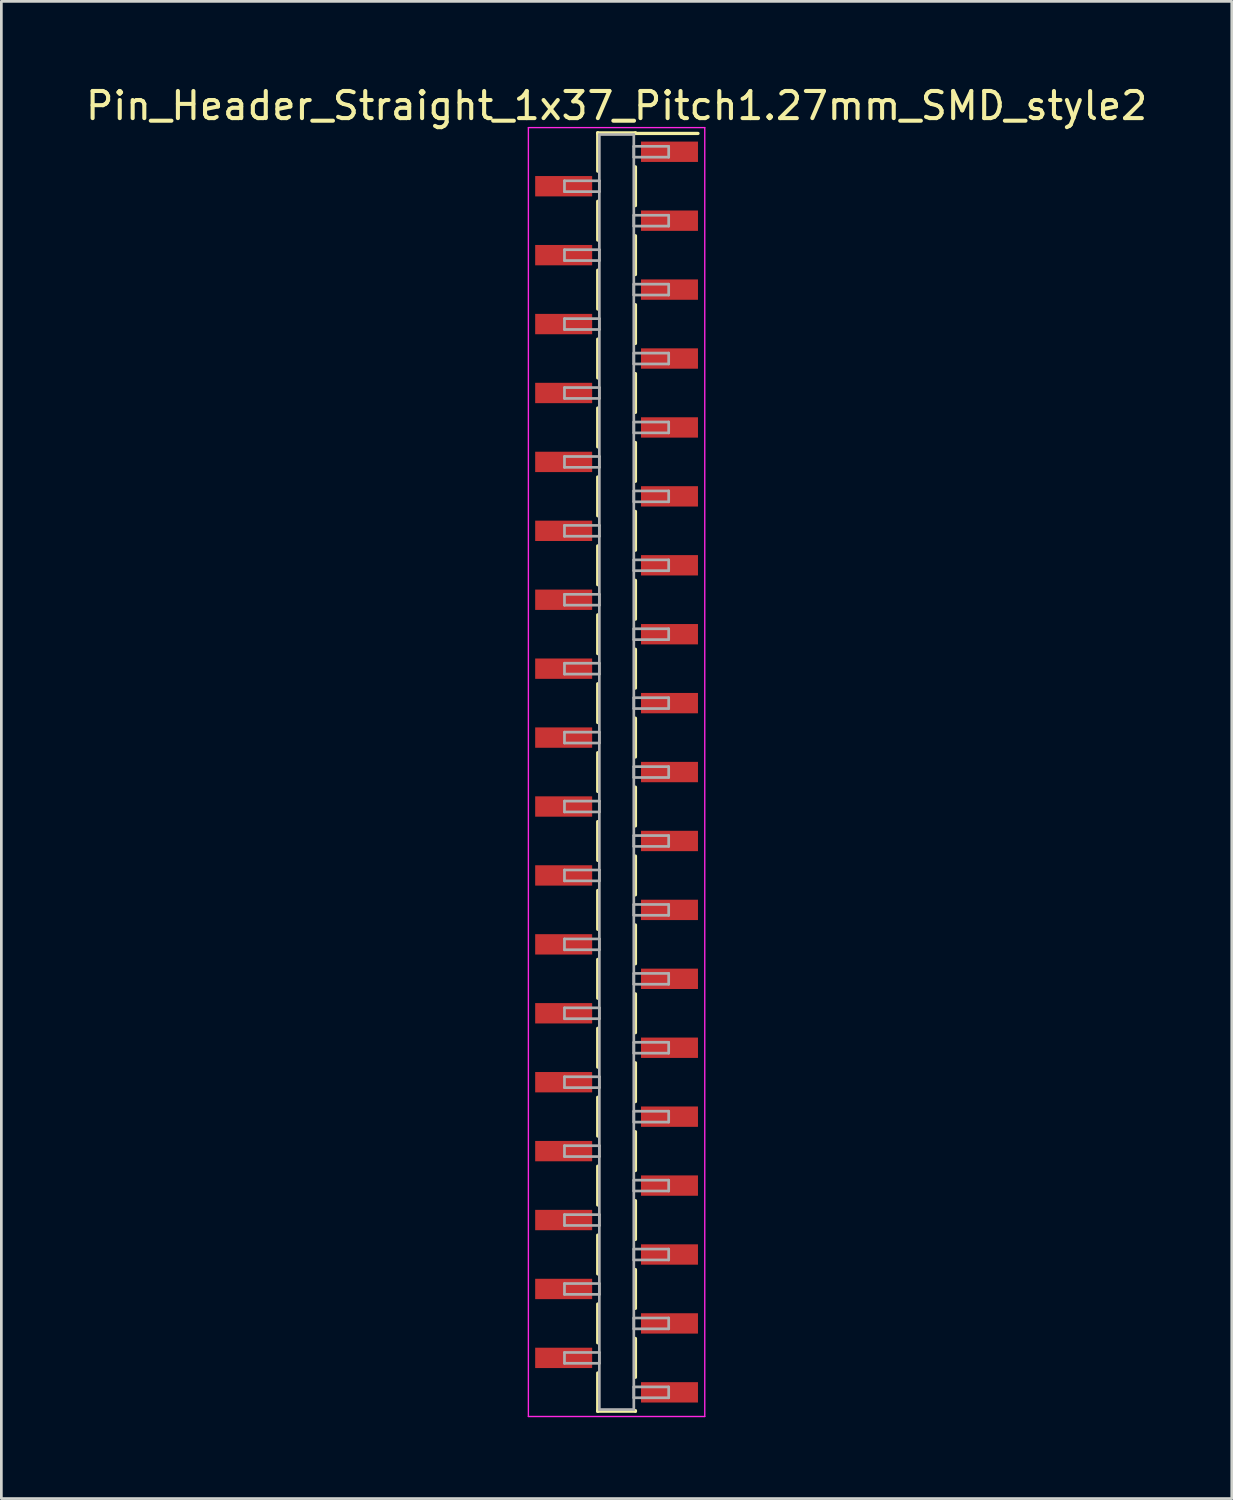
<source format=kicad_pcb>
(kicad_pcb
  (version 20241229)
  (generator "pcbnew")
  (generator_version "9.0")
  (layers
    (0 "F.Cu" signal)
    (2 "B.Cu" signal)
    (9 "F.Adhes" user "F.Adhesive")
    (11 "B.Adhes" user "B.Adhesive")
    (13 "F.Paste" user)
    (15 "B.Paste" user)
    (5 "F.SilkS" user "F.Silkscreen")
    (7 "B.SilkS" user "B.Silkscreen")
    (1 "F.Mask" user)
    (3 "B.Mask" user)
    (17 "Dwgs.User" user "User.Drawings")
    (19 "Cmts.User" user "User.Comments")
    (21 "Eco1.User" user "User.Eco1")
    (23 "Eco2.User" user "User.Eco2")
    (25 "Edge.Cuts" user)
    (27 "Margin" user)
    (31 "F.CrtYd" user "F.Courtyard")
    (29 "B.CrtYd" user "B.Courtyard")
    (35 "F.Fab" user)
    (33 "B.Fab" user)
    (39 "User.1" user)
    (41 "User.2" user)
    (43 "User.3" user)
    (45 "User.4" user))
  (footprint "Pin_Header_Straight_1x37_Pitch1.27mm_SMD_style2"
    (layer "F.Cu")
    (at 19.673 25.403)
    (property "Reference" "Pin_Header_Straight_1x37_Pitch1.27mm_SMD_style2" (at 0 -24.555 0) (layer "F.SilkS") (effects (font (size 1 1) (thickness 0.15))))
    (attr smd)
    (fp_line (start -0.695 -23.555) (end -0.695 -22.145) (stroke (width 0.12) (type solid)) (layer "F.SilkS"))
    (fp_line (start -0.695 -23.555) (end 0.695 -23.555) (stroke (width 0.12) (type solid)) (layer "F.SilkS"))
    (fp_line (start -0.695 -23.535) (end -0.695 -23.555) (stroke (width 0.12) (type solid)) (layer "F.SilkS"))
    (fp_line (start -0.695 -21.035) (end -0.695 -19.605) (stroke (width 0.12) (type solid)) (layer "F.SilkS"))
    (fp_line (start -0.695 -18.495) (end -0.695 -17.065) (stroke (width 0.12) (type solid)) (layer "F.SilkS"))
    (fp_line (start -0.695 -15.955) (end -0.695 -14.525) (stroke (width 0.12) (type solid)) (layer "F.SilkS"))
    (fp_line (start -0.695 -13.415) (end -0.695 -11.985) (stroke (width 0.12) (type solid)) (layer "F.SilkS"))
    (fp_line (start -0.695 -10.875) (end -0.695 -9.445) (stroke (width 0.12) (type solid)) (layer "F.SilkS"))
    (fp_line (start -0.695 -8.335) (end -0.695 -6.905) (stroke (width 0.12) (type solid)) (layer "F.SilkS"))
    (fp_line (start -0.695 -5.795) (end -0.695 -4.365) (stroke (width 0.12) (type solid)) (layer "F.SilkS"))
    (fp_line (start -0.695 -3.255) (end -0.695 -1.825) (stroke (width 0.12) (type solid)) (layer "F.SilkS"))
    (fp_line (start -0.695 -0.715) (end -0.695 0.715) (stroke (width 0.12) (type solid)) (layer "F.SilkS"))
    (fp_line (start -0.695 1.825) (end -0.695 3.255) (stroke (width 0.12) (type solid)) (layer "F.SilkS"))
    (fp_line (start -0.695 4.365) (end -0.695 5.795) (stroke (width 0.12) (type solid)) (layer "F.SilkS"))
    (fp_line (start -0.695 6.905) (end -0.695 8.335) (stroke (width 0.12) (type solid)) (layer "F.SilkS"))
    (fp_line (start -0.695 9.445) (end -0.695 10.875) (stroke (width 0.12) (type solid)) (layer "F.SilkS"))
    (fp_line (start -0.695 11.985) (end -0.695 13.415) (stroke (width 0.12) (type solid)) (layer "F.SilkS"))
    (fp_line (start -0.695 14.525) (end -0.695 15.955) (stroke (width 0.12) (type solid)) (layer "F.SilkS"))
    (fp_line (start -0.695 17.065) (end -0.695 18.495) (stroke (width 0.12) (type solid)) (layer "F.SilkS"))
    (fp_line (start -0.695 19.605) (end -0.695 21.035) (stroke (width 0.12) (type solid)) (layer "F.SilkS"))
    (fp_line (start -0.695 22.145) (end -0.695 23.555) (stroke (width 0.12) (type solid)) (layer "F.SilkS"))
    (fp_line (start -0.695 23.535) (end -0.695 23.555) (stroke (width 0.12) (type solid)) (layer "F.SilkS"))
    (fp_line (start -0.695 23.555) (end 0.695 23.555) (stroke (width 0.12) (type solid)) (layer "F.SilkS"))
    (fp_line (start 0.695 -23.555) (end 0.695 -23.535) (stroke (width 0.12) (type solid)) (layer "F.SilkS"))
    (fp_line (start 0.695 -23.535) (end 3 -23.535) (stroke (width 0.12) (type solid)) (layer "F.SilkS"))
    (fp_line (start 0.695 -22.305) (end 0.695 -20.875) (stroke (width 0.12) (type solid)) (layer "F.SilkS"))
    (fp_line (start 0.695 -19.765) (end 0.695 -18.335) (stroke (width 0.12) (type solid)) (layer "F.SilkS"))
    (fp_line (start 0.695 -17.225) (end 0.695 -15.795) (stroke (width 0.12) (type solid)) (layer "F.SilkS"))
    (fp_line (start 0.695 -14.685) (end 0.695 -13.255) (stroke (width 0.12) (type solid)) (layer "F.SilkS"))
    (fp_line (start 0.695 -12.145) (end 0.695 -10.715) (stroke (width 0.12) (type solid)) (layer "F.SilkS"))
    (fp_line (start 0.695 -9.605) (end 0.695 -8.175) (stroke (width 0.12) (type solid)) (layer "F.SilkS"))
    (fp_line (start 0.695 -7.065) (end 0.695 -5.635) (stroke (width 0.12) (type solid)) (layer "F.SilkS"))
    (fp_line (start 0.695 -4.525) (end 0.695 -3.095) (stroke (width 0.12) (type solid)) (layer "F.SilkS"))
    (fp_line (start 0.695 -1.985) (end 0.695 -0.555) (stroke (width 0.12) (type solid)) (layer "F.SilkS"))
    (fp_line (start 0.695 0.555) (end 0.695 1.985) (stroke (width 0.12) (type solid)) (layer "F.SilkS"))
    (fp_line (start 0.695 3.095) (end 0.695 4.525) (stroke (width 0.12) (type solid)) (layer "F.SilkS"))
    (fp_line (start 0.695 5.635) (end 0.695 7.065) (stroke (width 0.12) (type solid)) (layer "F.SilkS"))
    (fp_line (start 0.695 8.175) (end 0.695 9.605) (stroke (width 0.12) (type solid)) (layer "F.SilkS"))
    (fp_line (start 0.695 10.715) (end 0.695 12.145) (stroke (width 0.12) (type solid)) (layer "F.SilkS"))
    (fp_line (start 0.695 13.255) (end 0.695 14.685) (stroke (width 0.12) (type solid)) (layer "F.SilkS"))
    (fp_line (start 0.695 15.795) (end 0.695 17.225) (stroke (width 0.12) (type solid)) (layer "F.SilkS"))
    (fp_line (start 0.695 18.335) (end 0.695 19.765) (stroke (width 0.12) (type solid)) (layer "F.SilkS"))
    (fp_line (start 0.695 20.875) (end 0.695 22.305) (stroke (width 0.12) (type solid)) (layer "F.SilkS"))
    (fp_line (start 0.695 23.555) (end 0.695 23.535) (stroke (width 0.12) (type solid)) (layer "F.SilkS"))
    (fp_line (start -3.25 -23.75) (end -3.25 23.75) (stroke (width 0.05) (type solid)) (layer "F.CrtYd"))
    (fp_line (start -3.25 23.75) (end 3.25 23.75) (stroke (width 0.05) (type solid)) (layer "F.CrtYd"))
    (fp_line (start 3.25 -23.75) (end -3.25 -23.75) (stroke (width 0.05) (type solid)) (layer "F.CrtYd"))
    (fp_line (start 3.25 23.75) (end 3.25 -23.75) (stroke (width 0.05) (type solid)) (layer "F.CrtYd"))
    (fp_line (start -1.92 -21.79) (end -0.635 -21.79) (stroke (width 0.1) (type solid)) (layer "F.Fab"))
    (fp_line (start -1.92 -21.39) (end -1.92 -21.79) (stroke (width 0.1) (type solid)) (layer "F.Fab"))
    (fp_line (start -1.92 -19.25) (end -0.635 -19.25) (stroke (width 0.1) (type solid)) (layer "F.Fab"))
    (fp_line (start -1.92 -18.85) (end -1.92 -19.25) (stroke (width 0.1) (type solid)) (layer "F.Fab"))
    (fp_line (start -1.92 -16.71) (end -0.635 -16.71) (stroke (width 0.1) (type solid)) (layer "F.Fab"))
    (fp_line (start -1.92 -16.31) (end -1.92 -16.71) (stroke (width 0.1) (type solid)) (layer "F.Fab"))
    (fp_line (start -1.92 -14.17) (end -0.635 -14.17) (stroke (width 0.1) (type solid)) (layer "F.Fab"))
    (fp_line (start -1.92 -13.77) (end -1.92 -14.17) (stroke (width 0.1) (type solid)) (layer "F.Fab"))
    (fp_line (start -1.92 -11.63) (end -0.635 -11.63) (stroke (width 0.1) (type solid)) (layer "F.Fab"))
    (fp_line (start -1.92 -11.23) (end -1.92 -11.63) (stroke (width 0.1) (type solid)) (layer "F.Fab"))
    (fp_line (start -1.92 -9.09) (end -0.635 -9.09) (stroke (width 0.1) (type solid)) (layer "F.Fab"))
    (fp_line (start -1.92 -8.69) (end -1.92 -9.09) (stroke (width 0.1) (type solid)) (layer "F.Fab"))
    (fp_line (start -1.92 -6.55) (end -0.635 -6.55) (stroke (width 0.1) (type solid)) (layer "F.Fab"))
    (fp_line (start -1.92 -6.15) (end -1.92 -6.55) (stroke (width 0.1) (type solid)) (layer "F.Fab"))
    (fp_line (start -1.92 -4.01) (end -0.635 -4.01) (stroke (width 0.1) (type solid)) (layer "F.Fab"))
    (fp_line (start -1.92 -3.61) (end -1.92 -4.01) (stroke (width 0.1) (type solid)) (layer "F.Fab"))
    (fp_line (start -1.92 -1.47) (end -0.635 -1.47) (stroke (width 0.1) (type solid)) (layer "F.Fab"))
    (fp_line (start -1.92 -1.07) (end -1.92 -1.47) (stroke (width 0.1) (type solid)) (layer "F.Fab"))
    (fp_line (start -1.92 1.07) (end -0.635 1.07) (stroke (width 0.1) (type solid)) (layer "F.Fab"))
    (fp_line (start -1.92 1.47) (end -1.92 1.07) (stroke (width 0.1) (type solid)) (layer "F.Fab"))
    (fp_line (start -1.92 3.61) (end -0.635 3.61) (stroke (width 0.1) (type solid)) (layer "F.Fab"))
    (fp_line (start -1.92 4.01) (end -1.92 3.61) (stroke (width 0.1) (type solid)) (layer "F.Fab"))
    (fp_line (start -1.92 6.15) (end -0.635 6.15) (stroke (width 0.1) (type solid)) (layer "F.Fab"))
    (fp_line (start -1.92 6.55) (end -1.92 6.15) (stroke (width 0.1) (type solid)) (layer "F.Fab"))
    (fp_line (start -1.92 8.69) (end -0.635 8.69) (stroke (width 0.1) (type solid)) (layer "F.Fab"))
    (fp_line (start -1.92 9.09) (end -1.92 8.69) (stroke (width 0.1) (type solid)) (layer "F.Fab"))
    (fp_line (start -1.92 11.23) (end -0.635 11.23) (stroke (width 0.1) (type solid)) (layer "F.Fab"))
    (fp_line (start -1.92 11.63) (end -1.92 11.23) (stroke (width 0.1) (type solid)) (layer "F.Fab"))
    (fp_line (start -1.92 13.77) (end -0.635 13.77) (stroke (width 0.1) (type solid)) (layer "F.Fab"))
    (fp_line (start -1.92 14.17) (end -1.92 13.77) (stroke (width 0.1) (type solid)) (layer "F.Fab"))
    (fp_line (start -1.92 16.31) (end -0.635 16.31) (stroke (width 0.1) (type solid)) (layer "F.Fab"))
    (fp_line (start -1.92 16.71) (end -1.92 16.31) (stroke (width 0.1) (type solid)) (layer "F.Fab"))
    (fp_line (start -1.92 18.85) (end -0.635 18.85) (stroke (width 0.1) (type solid)) (layer "F.Fab"))
    (fp_line (start -1.92 19.25) (end -1.92 18.85) (stroke (width 0.1) (type solid)) (layer "F.Fab"))
    (fp_line (start -1.92 21.39) (end -0.635 21.39) (stroke (width 0.1) (type solid)) (layer "F.Fab"))
    (fp_line (start -1.92 21.79) (end -1.92 21.39) (stroke (width 0.1) (type solid)) (layer "F.Fab"))
    (fp_line (start -0.635 -23.495) (end -0.635 23.495) (stroke (width 0.1) (type solid)) (layer "F.Fab"))
    (fp_line (start -0.635 -21.79) (end -0.635 -21.39) (stroke (width 0.1) (type solid)) (layer "F.Fab"))
    (fp_line (start -0.635 -21.39) (end -1.92 -21.39) (stroke (width 0.1) (type solid)) (layer "F.Fab"))
    (fp_line (start -0.635 -19.25) (end -0.635 -18.85) (stroke (width 0.1) (type solid)) (layer "F.Fab"))
    (fp_line (start -0.635 -18.85) (end -1.92 -18.85) (stroke (width 0.1) (type solid)) (layer "F.Fab"))
    (fp_line (start -0.635 -16.71) (end -0.635 -16.31) (stroke (width 0.1) (type solid)) (layer "F.Fab"))
    (fp_line (start -0.635 -16.31) (end -1.92 -16.31) (stroke (width 0.1) (type solid)) (layer "F.Fab"))
    (fp_line (start -0.635 -14.17) (end -0.635 -13.77) (stroke (width 0.1) (type solid)) (layer "F.Fab"))
    (fp_line (start -0.635 -13.77) (end -1.92 -13.77) (stroke (width 0.1) (type solid)) (layer "F.Fab"))
    (fp_line (start -0.635 -11.63) (end -0.635 -11.23) (stroke (width 0.1) (type solid)) (layer "F.Fab"))
    (fp_line (start -0.635 -11.23) (end -1.92 -11.23) (stroke (width 0.1) (type solid)) (layer "F.Fab"))
    (fp_line (start -0.635 -9.09) (end -0.635 -8.69) (stroke (width 0.1) (type solid)) (layer "F.Fab"))
    (fp_line (start -0.635 -8.69) (end -1.92 -8.69) (stroke (width 0.1) (type solid)) (layer "F.Fab"))
    (fp_line (start -0.635 -6.55) (end -0.635 -6.15) (stroke (width 0.1) (type solid)) (layer "F.Fab"))
    (fp_line (start -0.635 -6.15) (end -1.92 -6.15) (stroke (width 0.1) (type solid)) (layer "F.Fab"))
    (fp_line (start -0.635 -4.01) (end -0.635 -3.61) (stroke (width 0.1) (type solid)) (layer "F.Fab"))
    (fp_line (start -0.635 -3.61) (end -1.92 -3.61) (stroke (width 0.1) (type solid)) (layer "F.Fab"))
    (fp_line (start -0.635 -1.47) (end -0.635 -1.07) (stroke (width 0.1) (type solid)) (layer "F.Fab"))
    (fp_line (start -0.635 -1.07) (end -1.92 -1.07) (stroke (width 0.1) (type solid)) (layer "F.Fab"))
    (fp_line (start -0.635 1.07) (end -0.635 1.47) (stroke (width 0.1) (type solid)) (layer "F.Fab"))
    (fp_line (start -0.635 1.47) (end -1.92 1.47) (stroke (width 0.1) (type solid)) (layer "F.Fab"))
    (fp_line (start -0.635 3.61) (end -0.635 4.01) (stroke (width 0.1) (type solid)) (layer "F.Fab"))
    (fp_line (start -0.635 4.01) (end -1.92 4.01) (stroke (width 0.1) (type solid)) (layer "F.Fab"))
    (fp_line (start -0.635 6.15) (end -0.635 6.55) (stroke (width 0.1) (type solid)) (layer "F.Fab"))
    (fp_line (start -0.635 6.55) (end -1.92 6.55) (stroke (width 0.1) (type solid)) (layer "F.Fab"))
    (fp_line (start -0.635 8.69) (end -0.635 9.09) (stroke (width 0.1) (type solid)) (layer "F.Fab"))
    (fp_line (start -0.635 9.09) (end -1.92 9.09) (stroke (width 0.1) (type solid)) (layer "F.Fab"))
    (fp_line (start -0.635 11.23) (end -0.635 11.63) (stroke (width 0.1) (type solid)) (layer "F.Fab"))
    (fp_line (start -0.635 11.63) (end -1.92 11.63) (stroke (width 0.1) (type solid)) (layer "F.Fab"))
    (fp_line (start -0.635 13.77) (end -0.635 14.17) (stroke (width 0.1) (type solid)) (layer "F.Fab"))
    (fp_line (start -0.635 14.17) (end -1.92 14.17) (stroke (width 0.1) (type solid)) (layer "F.Fab"))
    (fp_line (start -0.635 16.31) (end -0.635 16.71) (stroke (width 0.1) (type solid)) (layer "F.Fab"))
    (fp_line (start -0.635 16.71) (end -1.92 16.71) (stroke (width 0.1) (type solid)) (layer "F.Fab"))
    (fp_line (start -0.635 18.85) (end -0.635 19.25) (stroke (width 0.1) (type solid)) (layer "F.Fab"))
    (fp_line (start -0.635 19.25) (end -1.92 19.25) (stroke (width 0.1) (type solid)) (layer "F.Fab"))
    (fp_line (start -0.635 21.39) (end -0.635 21.79) (stroke (width 0.1) (type solid)) (layer "F.Fab"))
    (fp_line (start -0.635 21.79) (end -1.92 21.79) (stroke (width 0.1) (type solid)) (layer "F.Fab"))
    (fp_line (start -0.635 23.495) (end 0.635 23.495) (stroke (width 0.1) (type solid)) (layer "F.Fab"))
    (fp_line (start 0.635 -23.495) (end -0.635 -23.495) (stroke (width 0.1) (type solid)) (layer "F.Fab"))
    (fp_line (start 0.635 -23.06) (end 0.635 -22.66) (stroke (width 0.1) (type solid)) (layer "F.Fab"))
    (fp_line (start 0.635 -22.66) (end 1.92 -22.66) (stroke (width 0.1) (type solid)) (layer "F.Fab"))
    (fp_line (start 0.635 -20.52) (end 0.635 -20.12) (stroke (width 0.1) (type solid)) (layer "F.Fab"))
    (fp_line (start 0.635 -20.12) (end 1.92 -20.12) (stroke (width 0.1) (type solid)) (layer "F.Fab"))
    (fp_line (start 0.635 -17.98) (end 0.635 -17.58) (stroke (width 0.1) (type solid)) (layer "F.Fab"))
    (fp_line (start 0.635 -17.58) (end 1.92 -17.58) (stroke (width 0.1) (type solid)) (layer "F.Fab"))
    (fp_line (start 0.635 -15.44) (end 0.635 -15.04) (stroke (width 0.1) (type solid)) (layer "F.Fab"))
    (fp_line (start 0.635 -15.04) (end 1.92 -15.04) (stroke (width 0.1) (type solid)) (layer "F.Fab"))
    (fp_line (start 0.635 -12.9) (end 0.635 -12.5) (stroke (width 0.1) (type solid)) (layer "F.Fab"))
    (fp_line (start 0.635 -12.5) (end 1.92 -12.5) (stroke (width 0.1) (type solid)) (layer "F.Fab"))
    (fp_line (start 0.635 -10.36) (end 0.635 -9.96) (stroke (width 0.1) (type solid)) (layer "F.Fab"))
    (fp_line (start 0.635 -9.96) (end 1.92 -9.96) (stroke (width 0.1) (type solid)) (layer "F.Fab"))
    (fp_line (start 0.635 -7.82) (end 0.635 -7.42) (stroke (width 0.1) (type solid)) (layer "F.Fab"))
    (fp_line (start 0.635 -7.42) (end 1.92 -7.42) (stroke (width 0.1) (type solid)) (layer "F.Fab"))
    (fp_line (start 0.635 -5.28) (end 0.635 -4.88) (stroke (width 0.1) (type solid)) (layer "F.Fab"))
    (fp_line (start 0.635 -4.88) (end 1.92 -4.88) (stroke (width 0.1) (type solid)) (layer "F.Fab"))
    (fp_line (start 0.635 -2.74) (end 0.635 -2.34) (stroke (width 0.1) (type solid)) (layer "F.Fab"))
    (fp_line (start 0.635 -2.34) (end 1.92 -2.34) (stroke (width 0.1) (type solid)) (layer "F.Fab"))
    (fp_line (start 0.635 -0.2) (end 0.635 0.2) (stroke (width 0.1) (type solid)) (layer "F.Fab"))
    (fp_line (start 0.635 0.2) (end 1.92 0.2) (stroke (width 0.1) (type solid)) (layer "F.Fab"))
    (fp_line (start 0.635 2.34) (end 0.635 2.74) (stroke (width 0.1) (type solid)) (layer "F.Fab"))
    (fp_line (start 0.635 2.74) (end 1.92 2.74) (stroke (width 0.1) (type solid)) (layer "F.Fab"))
    (fp_line (start 0.635 4.88) (end 0.635 5.28) (stroke (width 0.1) (type solid)) (layer "F.Fab"))
    (fp_line (start 0.635 5.28) (end 1.92 5.28) (stroke (width 0.1) (type solid)) (layer "F.Fab"))
    (fp_line (start 0.635 7.42) (end 0.635 7.82) (stroke (width 0.1) (type solid)) (layer "F.Fab"))
    (fp_line (start 0.635 7.82) (end 1.92 7.82) (stroke (width 0.1) (type solid)) (layer "F.Fab"))
    (fp_line (start 0.635 9.96) (end 0.635 10.36) (stroke (width 0.1) (type solid)) (layer "F.Fab"))
    (fp_line (start 0.635 10.36) (end 1.92 10.36) (stroke (width 0.1) (type solid)) (layer "F.Fab"))
    (fp_line (start 0.635 12.5) (end 0.635 12.9) (stroke (width 0.1) (type solid)) (layer "F.Fab"))
    (fp_line (start 0.635 12.9) (end 1.92 12.9) (stroke (width 0.1) (type solid)) (layer "F.Fab"))
    (fp_line (start 0.635 15.04) (end 0.635 15.44) (stroke (width 0.1) (type solid)) (layer "F.Fab"))
    (fp_line (start 0.635 15.44) (end 1.92 15.44) (stroke (width 0.1) (type solid)) (layer "F.Fab"))
    (fp_line (start 0.635 17.58) (end 0.635 17.98) (stroke (width 0.1) (type solid)) (layer "F.Fab"))
    (fp_line (start 0.635 17.98) (end 1.92 17.98) (stroke (width 0.1) (type solid)) (layer "F.Fab"))
    (fp_line (start 0.635 20.12) (end 0.635 20.52) (stroke (width 0.1) (type solid)) (layer "F.Fab"))
    (fp_line (start 0.635 20.52) (end 1.92 20.52) (stroke (width 0.1) (type solid)) (layer "F.Fab"))
    (fp_line (start 0.635 22.66) (end 0.635 23.06) (stroke (width 0.1) (type solid)) (layer "F.Fab"))
    (fp_line (start 0.635 23.06) (end 1.92 23.06) (stroke (width 0.1) (type solid)) (layer "F.Fab"))
    (fp_line (start 0.635 23.495) (end 0.635 -23.495) (stroke (width 0.1) (type solid)) (layer "F.Fab"))
    (fp_line (start 1.92 -23.06) (end 0.635 -23.06) (stroke (width 0.1) (type solid)) (layer "F.Fab"))
    (fp_line (start 1.92 -22.66) (end 1.92 -23.06) (stroke (width 0.1) (type solid)) (layer "F.Fab"))
    (fp_line (start 1.92 -20.52) (end 0.635 -20.52) (stroke (width 0.1) (type solid)) (layer "F.Fab"))
    (fp_line (start 1.92 -20.12) (end 1.92 -20.52) (stroke (width 0.1) (type solid)) (layer "F.Fab"))
    (fp_line (start 1.92 -17.98) (end 0.635 -17.98) (stroke (width 0.1) (type solid)) (layer "F.Fab"))
    (fp_line (start 1.92 -17.58) (end 1.92 -17.98) (stroke (width 0.1) (type solid)) (layer "F.Fab"))
    (fp_line (start 1.92 -15.44) (end 0.635 -15.44) (stroke (width 0.1) (type solid)) (layer "F.Fab"))
    (fp_line (start 1.92 -15.04) (end 1.92 -15.44) (stroke (width 0.1) (type solid)) (layer "F.Fab"))
    (fp_line (start 1.92 -12.9) (end 0.635 -12.9) (stroke (width 0.1) (type solid)) (layer "F.Fab"))
    (fp_line (start 1.92 -12.5) (end 1.92 -12.9) (stroke (width 0.1) (type solid)) (layer "F.Fab"))
    (fp_line (start 1.92 -10.36) (end 0.635 -10.36) (stroke (width 0.1) (type solid)) (layer "F.Fab"))
    (fp_line (start 1.92 -9.96) (end 1.92 -10.36) (stroke (width 0.1) (type solid)) (layer "F.Fab"))
    (fp_line (start 1.92 -7.82) (end 0.635 -7.82) (stroke (width 0.1) (type solid)) (layer "F.Fab"))
    (fp_line (start 1.92 -7.42) (end 1.92 -7.82) (stroke (width 0.1) (type solid)) (layer "F.Fab"))
    (fp_line (start 1.92 -5.28) (end 0.635 -5.28) (stroke (width 0.1) (type solid)) (layer "F.Fab"))
    (fp_line (start 1.92 -4.88) (end 1.92 -5.28) (stroke (width 0.1) (type solid)) (layer "F.Fab"))
    (fp_line (start 1.92 -2.74) (end 0.635 -2.74) (stroke (width 0.1) (type solid)) (layer "F.Fab"))
    (fp_line (start 1.92 -2.34) (end 1.92 -2.74) (stroke (width 0.1) (type solid)) (layer "F.Fab"))
    (fp_line (start 1.92 -0.2) (end 0.635 -0.2) (stroke (width 0.1) (type solid)) (layer "F.Fab"))
    (fp_line (start 1.92 0.2) (end 1.92 -0.2) (stroke (width 0.1) (type solid)) (layer "F.Fab"))
    (fp_line (start 1.92 2.34) (end 0.635 2.34) (stroke (width 0.1) (type solid)) (layer "F.Fab"))
    (fp_line (start 1.92 2.74) (end 1.92 2.34) (stroke (width 0.1) (type solid)) (layer "F.Fab"))
    (fp_line (start 1.92 4.88) (end 0.635 4.88) (stroke (width 0.1) (type solid)) (layer "F.Fab"))
    (fp_line (start 1.92 5.28) (end 1.92 4.88) (stroke (width 0.1) (type solid)) (layer "F.Fab"))
    (fp_line (start 1.92 7.42) (end 0.635 7.42) (stroke (width 0.1) (type solid)) (layer "F.Fab"))
    (fp_line (start 1.92 7.82) (end 1.92 7.42) (stroke (width 0.1) (type solid)) (layer "F.Fab"))
    (fp_line (start 1.92 9.96) (end 0.635 9.96) (stroke (width 0.1) (type solid)) (layer "F.Fab"))
    (fp_line (start 1.92 10.36) (end 1.92 9.96) (stroke (width 0.1) (type solid)) (layer "F.Fab"))
    (fp_line (start 1.92 12.5) (end 0.635 12.5) (stroke (width 0.1) (type solid)) (layer "F.Fab"))
    (fp_line (start 1.92 12.9) (end 1.92 12.5) (stroke (width 0.1) (type solid)) (layer "F.Fab"))
    (fp_line (start 1.92 15.04) (end 0.635 15.04) (stroke (width 0.1) (type solid)) (layer "F.Fab"))
    (fp_line (start 1.92 15.44) (end 1.92 15.04) (stroke (width 0.1) (type solid)) (layer "F.Fab"))
    (fp_line (start 1.92 17.58) (end 0.635 17.58) (stroke (width 0.1) (type solid)) (layer "F.Fab"))
    (fp_line (start 1.92 17.98) (end 1.92 17.58) (stroke (width 0.1) (type solid)) (layer "F.Fab"))
    (fp_line (start 1.92 20.12) (end 0.635 20.12) (stroke (width 0.1) (type solid)) (layer "F.Fab"))
    (fp_line (start 1.92 20.52) (end 1.92 20.12) (stroke (width 0.1) (type solid)) (layer "F.Fab"))
    (fp_line (start 1.92 22.66) (end 0.635 22.66) (stroke (width 0.1) (type solid)) (layer "F.Fab"))
    (fp_line (start 1.92 23.06) (end 1.92 22.66) (stroke (width 0.1) (type solid)) (layer "F.Fab"))
    (pad "1" smd rect (at 1.95 -22.86) (size 2.1 0.75) (layers "F.Cu" "F.Mask"))
    (pad "2" smd rect (at -1.95 -21.59) (size 2.1 0.75) (layers "F.Cu" "F.Mask"))
    (pad "3" smd rect (at 1.95 -20.32) (size 2.1 0.75) (layers "F.Cu" "F.Mask"))
    (pad "4" smd rect (at -1.95 -19.05) (size 2.1 0.75) (layers "F.Cu" "F.Mask"))
    (pad "5" smd rect (at 1.95 -17.78) (size 2.1 0.75) (layers "F.Cu" "F.Mask"))
    (pad "6" smd rect (at -1.95 -16.51) (size 2.1 0.75) (layers "F.Cu" "F.Mask"))
    (pad "7" smd rect (at 1.95 -15.24) (size 2.1 0.75) (layers "F.Cu" "F.Mask"))
    (pad "8" smd rect (at -1.95 -13.97) (size 2.1 0.75) (layers "F.Cu" "F.Mask"))
    (pad "9" smd rect (at 1.95 -12.7) (size 2.1 0.75) (layers "F.Cu" "F.Mask"))
    (pad "10" smd rect (at -1.95 -11.43) (size 2.1 0.75) (layers "F.Cu" "F.Mask"))
    (pad "11" smd rect (at 1.95 -10.16) (size 2.1 0.75) (layers "F.Cu" "F.Mask"))
    (pad "12" smd rect (at -1.95 -8.89) (size 2.1 0.75) (layers "F.Cu" "F.Mask"))
    (pad "13" smd rect (at 1.95 -7.62) (size 2.1 0.75) (layers "F.Cu" "F.Mask"))
    (pad "14" smd rect (at -1.95 -6.35) (size 2.1 0.75) (layers "F.Cu" "F.Mask"))
    (pad "15" smd rect (at 1.95 -5.08) (size 2.1 0.75) (layers "F.Cu" "F.Mask"))
    (pad "16" smd rect (at -1.95 -3.81) (size 2.1 0.75) (layers "F.Cu" "F.Mask"))
    (pad "17" smd rect (at 1.95 -2.54) (size 2.1 0.75) (layers "F.Cu" "F.Mask"))
    (pad "18" smd rect (at -1.95 -1.27) (size 2.1 0.75) (layers "F.Cu" "F.Mask"))
    (pad "19" smd rect (at 1.95 0) (size 2.1 0.75) (layers "F.Cu" "F.Mask"))
    (pad "20" smd rect (at -1.95 1.27) (size 2.1 0.75) (layers "F.Cu" "F.Mask"))
    (pad "21" smd rect (at 1.95 2.54) (size 2.1 0.75) (layers "F.Cu" "F.Mask"))
    (pad "22" smd rect (at -1.95 3.81) (size 2.1 0.75) (layers "F.Cu" "F.Mask"))
    (pad "23" smd rect (at 1.95 5.08) (size 2.1 0.75) (layers "F.Cu" "F.Mask"))
    (pad "24" smd rect (at -1.95 6.35) (size 2.1 0.75) (layers "F.Cu" "F.Mask"))
    (pad "25" smd rect (at 1.95 7.62) (size 2.1 0.75) (layers "F.Cu" "F.Mask"))
    (pad "26" smd rect (at -1.95 8.89) (size 2.1 0.75) (layers "F.Cu" "F.Mask"))
    (pad "27" smd rect (at 1.95 10.16) (size 2.1 0.75) (layers "F.Cu" "F.Mask"))
    (pad "28" smd rect (at -1.95 11.43) (size 2.1 0.75) (layers "F.Cu" "F.Mask"))
    (pad "29" smd rect (at 1.95 12.7) (size 2.1 0.75) (layers "F.Cu" "F.Mask"))
    (pad "30" smd rect (at -1.95 13.97) (size 2.1 0.75) (layers "F.Cu" "F.Mask"))
    (pad "31" smd rect (at 1.95 15.24) (size 2.1 0.75) (layers "F.Cu" "F.Mask"))
    (pad "32" smd rect (at -1.95 16.51) (size 2.1 0.75) (layers "F.Cu" "F.Mask"))
    (pad "33" smd rect (at 1.95 17.78) (size 2.1 0.75) (layers "F.Cu" "F.Mask"))
    (pad "34" smd rect (at -1.95 19.05) (size 2.1 0.75) (layers "F.Cu" "F.Mask"))
    (pad "35" smd rect (at 1.95 20.32) (size 2.1 0.75) (layers "F.Cu" "F.Mask"))
    (pad "36" smd rect (at -1.95 21.59) (size 2.1 0.75) (layers "F.Cu" "F.Mask"))
    (pad "37" smd rect (at 1.95 22.86) (size 2.1 0.75) (layers "F.Cu" "F.Mask")))
  (gr_rect
    (start -3 -3)
    (end 42.345 52.178)
    (stroke (width 0.1) (type default))
    (fill no)
    (layer "Edge.Cuts")))
</source>
